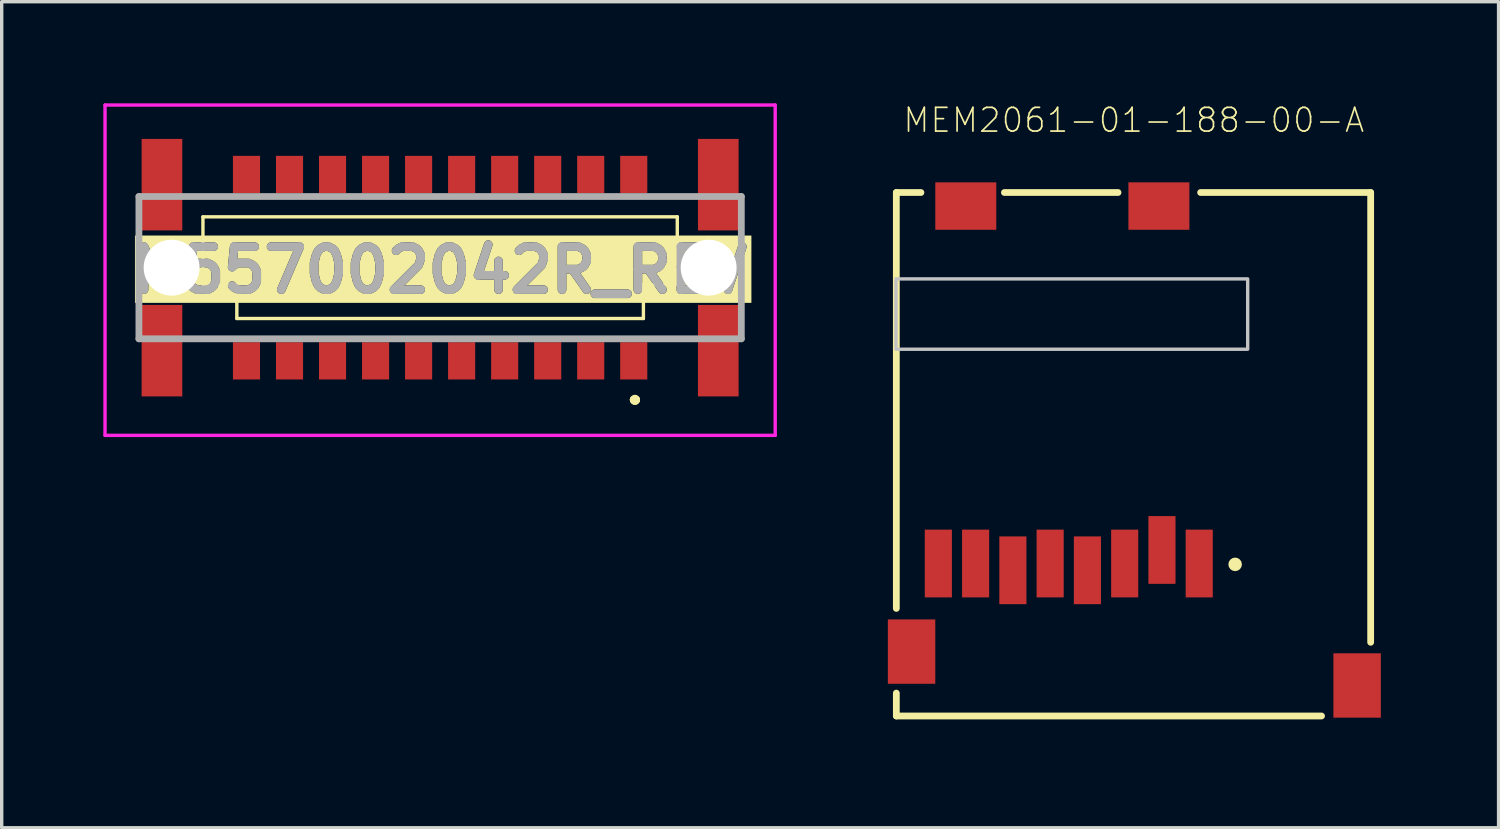
<source format=kicad_pcb>
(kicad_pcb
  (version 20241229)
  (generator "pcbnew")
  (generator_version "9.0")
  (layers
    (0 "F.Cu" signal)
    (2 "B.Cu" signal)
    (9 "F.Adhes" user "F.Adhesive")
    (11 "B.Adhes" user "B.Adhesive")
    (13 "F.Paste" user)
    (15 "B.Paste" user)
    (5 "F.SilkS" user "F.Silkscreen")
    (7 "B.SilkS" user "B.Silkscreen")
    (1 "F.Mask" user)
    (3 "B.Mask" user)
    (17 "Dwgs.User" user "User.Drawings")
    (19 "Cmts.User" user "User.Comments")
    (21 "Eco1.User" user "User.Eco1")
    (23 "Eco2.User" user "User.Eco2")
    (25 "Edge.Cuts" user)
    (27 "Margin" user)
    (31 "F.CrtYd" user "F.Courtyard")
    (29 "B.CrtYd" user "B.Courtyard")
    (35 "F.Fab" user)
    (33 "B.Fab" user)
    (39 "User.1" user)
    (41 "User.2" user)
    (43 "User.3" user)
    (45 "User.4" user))
  (footprint "MEM2061-01-188-00-A"
    (layer "F.Cu")
    (at 30.405 10.357)
    (property "Reference" "MEM2061-01-188-00-A" (at 0.01 -9.86 0) (layer "F.SilkS") (effects (font (size 0.7 0.7) (thickness 0.05))))
    (attr smd)
    (fp_line (start -7 -7.725) (end -6.274 -7.725) (stroke (width 0.2) (type solid)) (layer "F.SilkS"))
    (fp_line (start -7 4.55) (end -7 -7.725) (stroke (width 0.2) (type solid)) (layer "F.SilkS"))
    (fp_line (start -7 7.725) (end -7 7.05) (stroke (width 0.2) (type solid)) (layer "F.SilkS"))
    (fp_line (start -7 7.725) (end 5.55 7.725) (stroke (width 0.2) (type solid)) (layer "F.SilkS"))
    (fp_line (start -3.81 -7.725) (end -0.457 -7.725) (stroke (width 0.2) (type solid)) (layer "F.SilkS"))
    (fp_line (start 1.981 -7.725) (end 7 -7.725) (stroke (width 0.2) (type solid)) (layer "F.SilkS"))
    (fp_line (start 7 5.55) (end 7 -7.725) (stroke (width 0.2) (type solid)) (layer "F.SilkS"))
    (fp_circle (center 3 3.25) (end 3.1 3.25) (stroke (width 0.2) (type solid)) (fill no) (layer "F.SilkS"))
    (fp_poly (pts (xy -7.011 -5.175) (xy 3.37 -5.175) (xy 3.37 -3.1) (xy -7.011 -3.1)) (stroke (width 0.1) (type solid)) (fill no) (layer "Dwgs.User"))
    (fp_line (start -7.5 -8.25) (end 7.75 -8.25) (stroke (width 0.05) (type solid)) (layer "Eco1.User"))
    (fp_line (start -7.5 8) (end -7.5 -8.25) (stroke (width 0.05) (type solid)) (layer "Eco1.User"))
    (fp_line (start 7.75 -8.25) (end 7.75 8) (stroke (width 0.05) (type solid)) (layer "Eco1.User"))
    (fp_line (start 7.75 8) (end -7.5 8) (stroke (width 0.05) (type solid)) (layer "Eco1.User"))
    (fp_line (start -7 -7.725) (end 7 -7.725) (stroke (width 0.1) (type solid)) (layer "Eco2.User"))
    (fp_line (start -7 7.725) (end -7 -7.725) (stroke (width 0.1) (type solid)) (layer "Eco2.User"))
    (fp_line (start -7 7.725) (end 7 7.725) (stroke (width 0.1) (type solid)) (layer "Eco2.User"))
    (fp_line (start 7 7.725) (end 7 -7.725) (stroke (width 0.1) (type solid)) (layer "Eco2.User"))
    (pad "1" smd rect (at 1.94 3.225) (size 0.8 2) (layers "F.Cu" "F.Mask" "F.Paste"))
    (pad "2" smd rect (at 0.84 2.825) (size 0.8 2) (layers "F.Cu" "F.Mask" "F.Paste"))
    (pad "3" smd rect (at -0.26 3.225) (size 0.8 2) (layers "F.Cu" "F.Mask" "F.Paste"))
    (pad "4" smd rect (at -1.36 3.425) (size 0.8 2) (layers "F.Cu" "F.Mask" "F.Paste"))
    (pad "5" smd rect (at -2.46 3.225) (size 0.8 2) (layers "F.Cu" "F.Mask" "F.Paste"))
    (pad "6" smd rect (at -3.56 3.425) (size 0.8 2) (layers "F.Cu" "F.Mask" "F.Paste"))
    (pad "7" smd rect (at -4.66 3.225) (size 0.8 2) (layers "F.Cu" "F.Mask" "F.Paste"))
    (pad "8" smd rect (at -5.76 3.225) (size 0.8 2) (layers "F.Cu" "F.Mask" "F.Paste"))
    (pad "9" smd rect (at -4.95 -7.325) (size 1.8 1.4) (layers "F.Cu" "F.Mask" "F.Paste"))
    (pad "10" smd rect (at 0.75 -7.325) (size 1.8 1.4) (layers "F.Cu" "F.Mask" "F.Paste"))
    (pad "11" smd rect (at -6.55 5.825) (size 1.4 1.9) (layers "F.Cu" "F.Mask" "F.Paste"))
    (pad "12" smd rect (at 6.6 6.825) (size 1.4 1.9) (layers "F.Cu" "F.Mask" "F.Paste")))
  (footprint "M557002042R_REV"
    (layer "F.Cu")
    (at 9.94 4.85)
    (property "Reference" "M557002042R_REV" (at 0 0.075 0) (layer "F.SilkS" knockout) (effects (font (size 1.27 1.27) (thickness 0.254))))
    (attr smd)
    (fp_line (start -7.2 -2.1) (end -7.2 -2.1) (stroke (width 0.1) (type solid)) (layer "F.SilkS"))
    (fp_line (start -7.2 -2.1) (end -6.4 -2.1) (stroke (width 0.1) (type solid)) (layer "F.SilkS"))
    (fp_line (start -7.2 2.1) (end -7.2 2.1) (stroke (width 0.1) (type solid)) (layer "F.SilkS"))
    (fp_line (start -7.2 2.1) (end -6.4 2.1) (stroke (width 0.1) (type solid)) (layer "F.SilkS"))
    (fp_line (start -7 -1.5) (end 7 -1.5) (stroke (width 0.1) (type default)) (layer "F.SilkS"))
    (fp_line (start -7 0.5) (end -7 -1.5) (stroke (width 0.1) (type default)) (layer "F.SilkS"))
    (fp_line (start -6.4 -2.1) (end -7.2 -2.1) (stroke (width 0.1) (type solid)) (layer "F.SilkS"))
    (fp_line (start -6.4 -2.1) (end -6.4 -2.1) (stroke (width 0.1) (type solid)) (layer "F.SilkS"))
    (fp_line (start -6.4 2.1) (end -7.2 2.1) (stroke (width 0.1) (type solid)) (layer "F.SilkS"))
    (fp_line (start -6.4 2.1) (end -6.4 2.1) (stroke (width 0.1) (type solid)) (layer "F.SilkS"))
    (fp_line (start -6 0.5) (end -7 0.5) (stroke (width 0.1) (type default)) (layer "F.SilkS"))
    (fp_line (start -6 1.5) (end -6 0.5) (stroke (width 0.1) (type default)) (layer "F.SilkS"))
    (fp_line (start 5.7 3.9) (end 5.7 3.9) (stroke (width 0.2) (type solid)) (layer "F.SilkS"))
    (fp_line (start 5.7 3.9) (end 5.7 3.9) (stroke (width 0.2) (type solid)) (layer "F.SilkS"))
    (fp_line (start 5.8 3.9) (end 5.8 3.9) (stroke (width 0.2) (type solid)) (layer "F.SilkS"))
    (fp_line (start 6 0.5) (end 6 1.5) (stroke (width 0.1) (type default)) (layer "F.SilkS"))
    (fp_line (start 6 1.5) (end -6 1.5) (stroke (width 0.1) (type default)) (layer "F.SilkS"))
    (fp_line (start 6.4 -2.1) (end 6.4 -2.1) (stroke (width 0.1) (type solid)) (layer "F.SilkS"))
    (fp_line (start 6.4 -2.1) (end 7.2 -2.1) (stroke (width 0.1) (type solid)) (layer "F.SilkS"))
    (fp_line (start 6.4 2.1) (end 6.4 2.1) (stroke (width 0.1) (type solid)) (layer "F.SilkS"))
    (fp_line (start 6.4 2.1) (end 7.2 2.1) (stroke (width 0.1) (type solid)) (layer "F.SilkS"))
    (fp_line (start 7 -1.5) (end 7 0.5) (stroke (width 0.1) (type default)) (layer "F.SilkS"))
    (fp_line (start 7 0.5) (end 6 0.5) (stroke (width 0.1) (type default)) (layer "F.SilkS"))
    (fp_line (start 7.2 -2.1) (end 6.4 -2.1) (stroke (width 0.1) (type solid)) (layer "F.SilkS"))
    (fp_line (start 7.2 -2.1) (end 7.2 -2.1) (stroke (width 0.1) (type solid)) (layer "F.SilkS"))
    (fp_line (start 7.2 2.1) (end 6.4 2.1) (stroke (width 0.1) (type solid)) (layer "F.SilkS"))
    (fp_line (start 7.2 2.1) (end 7.2 2.1) (stroke (width 0.1) (type solid)) (layer "F.SilkS"))
    (fp_arc (start 5.7 3.9) (mid 5.75 3.85) (end 5.8 3.9) (stroke (width 0.2) (type solid)) (layer "F.SilkS"))
    (fp_arc (start 5.8 3.9) (mid 5.75 3.95) (end 5.7 3.9) (stroke (width 0.2) (type solid)) (layer "F.SilkS"))
    (fp_arc (start 5.8 3.9) (mid 5.75 3.95) (end 5.7 3.9) (stroke (width 0.2) (type solid)) (layer "F.SilkS"))
    (fp_line (start -9.89 -4.8) (end 9.89 -4.8) (stroke (width 0.1) (type solid)) (layer "F.CrtYd"))
    (fp_line (start -9.89 4.95) (end -9.89 -4.8) (stroke (width 0.1) (type solid)) (layer "F.CrtYd"))
    (fp_line (start 9.89 -4.8) (end 9.89 4.95) (stroke (width 0.1) (type solid)) (layer "F.CrtYd"))
    (fp_line (start 9.89 4.95) (end -9.89 4.95) (stroke (width 0.1) (type solid)) (layer "F.CrtYd"))
    (fp_line (start -8.89 -2.1) (end -8.89 2.1) (stroke (width 0.2) (type solid)) (layer "F.Fab"))
    (fp_line (start -8.89 2.1) (end 8.89 2.1) (stroke (width 0.2) (type solid)) (layer "F.Fab"))
    (fp_line (start 8.89 -2.1) (end -8.89 -2.1) (stroke (width 0.2) (type solid)) (layer "F.Fab"))
    (fp_line (start 8.89 2.1) (end 8.89 -2.1) (stroke (width 0.2) (type solid)) (layer "F.Fab"))
    (fp_text user "${REFERENCE}" (at 0 0.075 0) (layer "F.Fab") (effects (font (size 1.27 1.27) (thickness 0.254))))
    (pad "" np_thru_hole circle (at -7.925 0) (size 1.65 1.65) (drill 1.65) (layers "*.Cu"))
    (pad "" np_thru_hole circle (at 7.925 0) (size 1.65 1.65) (drill 1.65) (layers "*.Cu"))
    (pad "A1" smd rect (at -5.715 2.75) (size 0.8 1.1) (layers "F.Cu" "F.Mask" "F.Paste"))
    (pad "A2" smd rect (at -4.445 2.75) (size 0.8 1.1) (layers "F.Cu" "F.Mask" "F.Paste"))
    (pad "A3" smd rect (at -3.175 2.75) (size 0.8 1.1) (layers "F.Cu" "F.Mask" "F.Paste"))
    (pad "A4" smd rect (at -1.905 2.75) (size 0.8 1.1) (layers "F.Cu" "F.Mask" "F.Paste"))
    (pad "A5" smd rect (at -0.635 2.75) (size 0.8 1.1) (layers "F.Cu" "F.Mask" "F.Paste"))
    (pad "A6" smd rect (at 0.635 2.75) (size 0.8 1.1) (layers "F.Cu" "F.Mask" "F.Paste"))
    (pad "A7" smd rect (at 1.905 2.75) (size 0.8 1.1) (layers "F.Cu" "F.Mask" "F.Paste"))
    (pad "A8" smd rect (at 3.175 2.75) (size 0.8 1.1) (layers "F.Cu" "F.Mask" "F.Paste"))
    (pad "A9" smd rect (at 4.445 2.75) (size 0.8 1.1) (layers "F.Cu" "F.Mask" "F.Paste"))
    (pad "A10" smd rect (at 5.715 2.75) (size 0.8 1.1) (layers "F.Cu" "F.Mask" "F.Paste"))
    (pad "B1" smd rect (at -5.715 -2.75) (size 0.8 1.1) (layers "F.Cu" "F.Mask" "F.Paste"))
    (pad "B2" smd rect (at -4.445 -2.75) (size 0.8 1.1) (layers "F.Cu" "F.Mask" "F.Paste"))
    (pad "B3" smd rect (at -3.175 -2.75) (size 0.8 1.1) (layers "F.Cu" "F.Mask" "F.Paste"))
    (pad "B4" smd rect (at -1.905 -2.75) (size 0.8 1.1) (layers "F.Cu" "F.Mask" "F.Paste"))
    (pad "B5" smd rect (at -0.635 -2.75) (size 0.8 1.1) (layers "F.Cu" "F.Mask" "F.Paste"))
    (pad "B6" smd rect (at 0.635 -2.75) (size 0.8 1.1) (layers "F.Cu" "F.Mask" "F.Paste"))
    (pad "B7" smd rect (at 1.905 -2.75) (size 0.8 1.1) (layers "F.Cu" "F.Mask" "F.Paste"))
    (pad "B8" smd rect (at 3.175 -2.75) (size 0.8 1.1) (layers "F.Cu" "F.Mask" "F.Paste"))
    (pad "B9" smd rect (at 4.445 -2.75) (size 0.8 1.1) (layers "F.Cu" "F.Mask" "F.Paste"))
    (pad "B10" smd rect (at 5.715 -2.75) (size 0.8 1.1) (layers "F.Cu" "F.Mask" "F.Paste"))
    (pad "MP1" smd rect (at 8.21 2.45) (size 1.2 2.7) (layers "F.Cu" "F.Mask" "F.Paste"))
    (pad "MP2" smd rect (at 8.21 -2.45) (size 1.2 2.7) (layers "F.Cu" "F.Mask" "F.Paste"))
    (pad "MP3" smd rect (at -8.21 2.45) (size 1.2 2.7) (layers "F.Cu" "F.Mask" "F.Paste"))
    (pad "MP4" smd rect (at -8.21 -2.45) (size 1.2 2.7) (layers "F.Cu" "F.Mask" "F.Paste")))
  (gr_rect
    (start -3 -3)
    (end 41.18 21.382)
    (stroke (width 0.1) (type default))
    (fill no)
    (layer "Edge.Cuts")))
</source>
